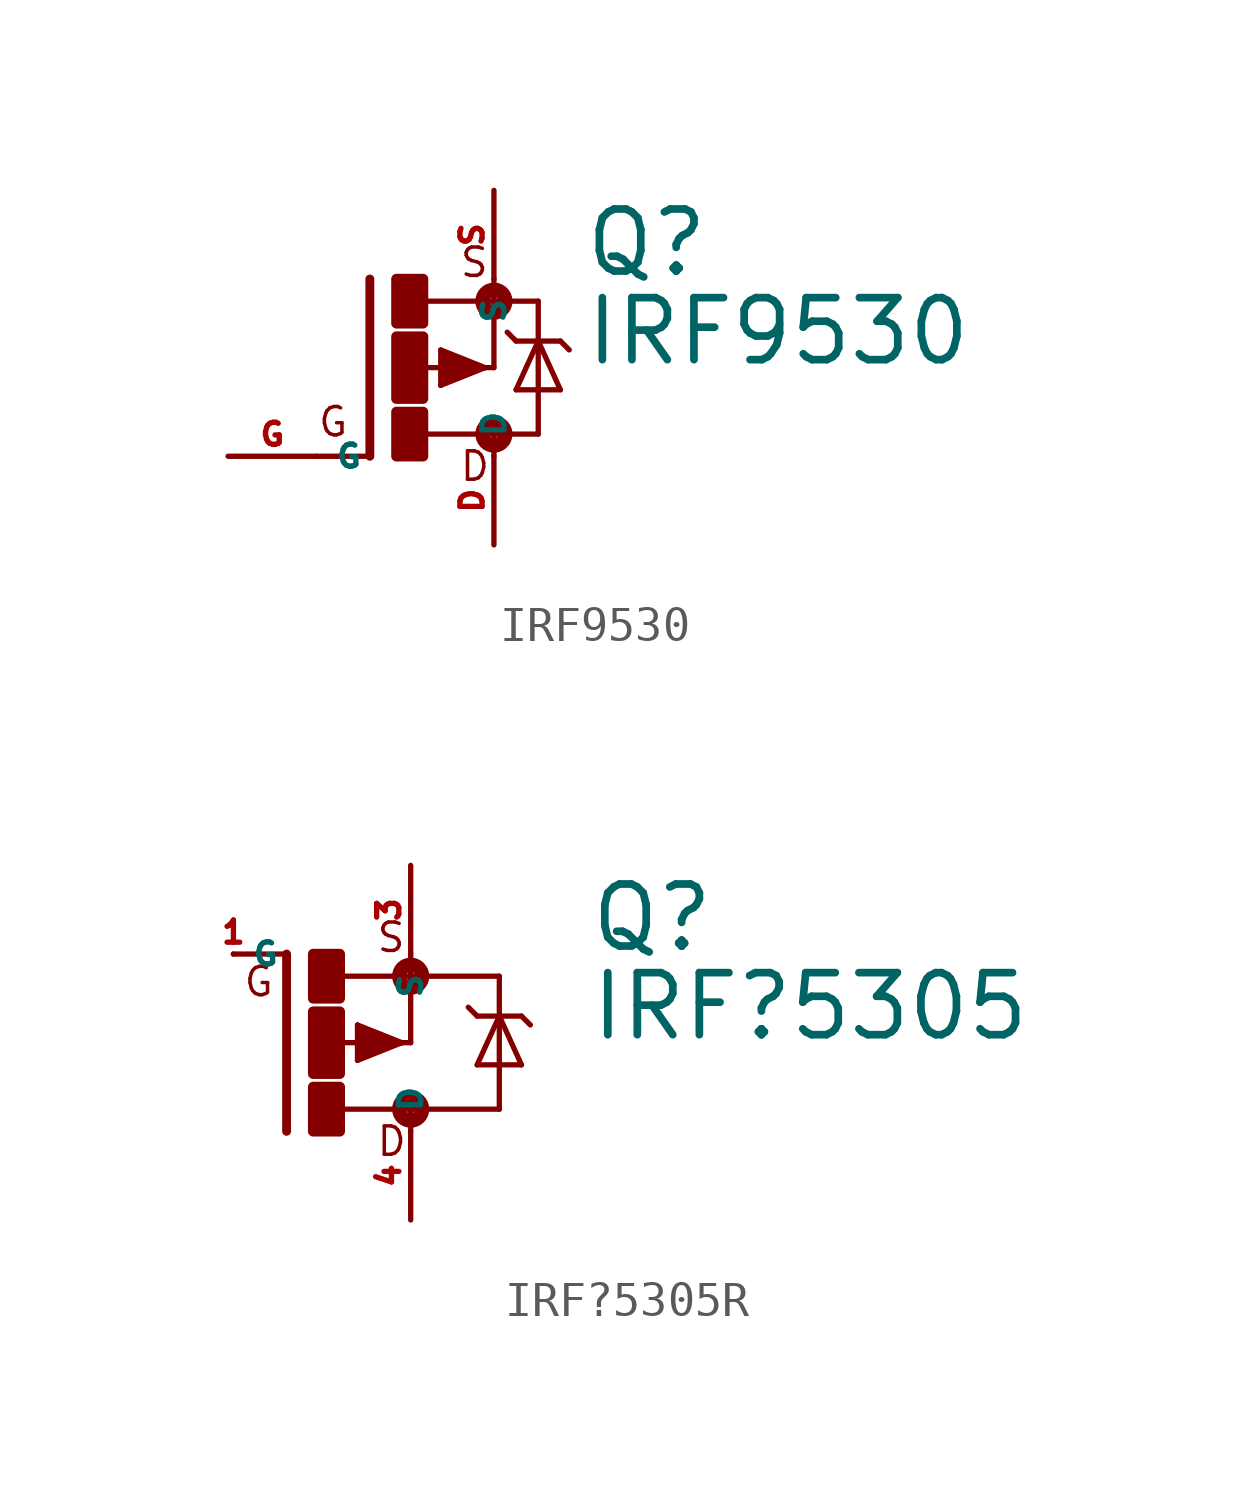
<source format=kicad_sym>
(kicad_symbol_lib
  (version 20220914)
  (generator Eagle2Kicad)
  (symbol "IRF9530"
    (property "Reference" "Q"
      (at 5.08 2.54 0)
      (effects (font (size 1.778 1.778) (thickness 0.22)) (justify left bottom)))
    (property "Value" "IRF9530"
      (at 5.08 0 0)
      (effects (font (size 1.778 1.778) (thickness 0.22)) (justify left bottom)))
    (polyline
      (pts (xy 3.81 1.905) (xy 2.54 1.905))
      (stroke (width 0.152) (type default))
      (fill (type none)))
    (polyline
      (pts (xy 3.81 1.905) (xy 3.81 0.762))
      (stroke (width 0.152) (type default))
      (fill (type none)))
    (polyline
      (pts (xy 3.81 0.762) (xy 3.81 -1.905))
      (stroke (width 0.152) (type default))
      (fill (type none)))
    (polyline
      (pts (xy 3.81 0.762) (xy 4.445 -0.635))
      (stroke (width 0.152) (type default))
      (fill (type none)))
    (polyline
      (pts (xy 4.445 -0.635) (xy 3.175 -0.635))
      (stroke (width 0.152) (type default))
      (fill (type none)))
    (polyline
      (pts (xy 3.175 -0.635) (xy 3.81 0.762))
      (stroke (width 0.152) (type default))
      (fill (type none)))
    (polyline
      (pts (xy 4.445 0.762) (xy 3.81 0.762))
      (stroke (width 0.152) (type default))
      (fill (type none)))
    (polyline
      (pts (xy 3.81 0.762) (xy 3.175 0.762))
      (stroke (width 0.152) (type default))
      (fill (type none)))
    (polyline
      (pts (xy 3.175 0.762) (xy 2.921 1.016))
      (stroke (width 0.152) (type default))
      (fill (type none)))
    (polyline
      (pts (xy 4.445 0.762) (xy 4.699 0.508))
      (stroke (width 0.152) (type default))
      (fill (type none)))
    (polyline
      (pts (xy -1.016 -2.54) (xy -1.016 2.54))
      (stroke (width 0.254) (type default))
      (fill (type none)))
    (polyline
      (pts (xy 3.81 -1.905) (xy 2.54 -1.905))
      (stroke (width 0.152) (type default))
      (fill (type none)))
    (polyline
      (pts (xy 2.54 -1.905) (xy 0.533 -1.905))
      (stroke (width 0.152) (type default))
      (fill (type none)))
    (polyline
      (pts (xy 2.54 -2.54) (xy 2.54 -1.905))
      (stroke (width 0.152) (type default))
      (fill (type none)))
    (polyline
      (pts (xy 2.235 0) (xy 2.286 0))
      (stroke (width 0.152) (type default))
      (fill (type none)))
    (polyline
      (pts (xy 2.286 0) (xy 2.54 0))
      (stroke (width 0.152) (type default))
      (fill (type none)))
    (polyline
      (pts (xy 2.54 2.54) (xy 2.54 1.905))
      (stroke (width 0.152) (type default))
      (fill (type none)))
    (polyline
      (pts (xy 2.54 1.905) (xy 0.508 1.905))
      (stroke (width 0.152) (type default))
      (fill (type none)))
    (polyline
      (pts (xy -1.016 -2.54) (xy -2.54 -2.54))
      (stroke (width 0.152) (type default))
      (fill (type none)))
    (polyline
      (pts (xy 2.286 0) (xy 1.016 -0.508))
      (stroke (width 0.152) (type default))
      (fill (type none)))
    (polyline
      (pts (xy 1.016 -0.508) (xy 1.016 0.508))
      (stroke (width 0.152) (type default))
      (fill (type none)))
    (polyline
      (pts (xy 1.016 0.508) (xy 2.286 0))
      (stroke (width 0.152) (type default))
      (fill (type none)))
    (polyline
      (pts (xy 1.143 0) (xy 0.254 0))
      (stroke (width 0.152) (type default))
      (fill (type none)))
    (polyline
      (pts (xy 1.143 0.254) (xy 2.032 0))
      (stroke (width 0.305) (type default))
      (fill (type none)))
    (polyline
      (pts (xy 2.032 0) (xy 1.143 -0.254))
      (stroke (width 0.305) (type default))
      (fill (type none)))
    (polyline
      (pts (xy 1.143 -0.254) (xy 1.143 0))
      (stroke (width 0.305) (type default))
      (fill (type none)))
    (polyline
      (pts (xy 1.143 0) (xy 1.397 0))
      (stroke (width 0.305) (type default))
      (fill (type none)))
    (polyline
      (pts (xy 2.54 0) (xy 2.54 1.905))
      (stroke (width 0.152) (type default))
      (fill (type none)))
    (text "D"
      (at 1.524 -3.302 0)
      (effects (font (size 0.813 0.813) (thickness 0.10)) (justify left bottom)))
    (text "S"
      (at 1.524 2.54 0)
      (effects (font (size 0.813 0.813) (thickness 0.10)) (justify left bottom)))
    (text "G"
      (at -2.54 -2.032 0)
      (effects (font (size 0.813 0.813) (thickness 0.10)) (justify left bottom)))
    (circle
      (center 2.54 -1.905)
      (radius 0.127)
      (stroke (width 0.406) (type default))
      (fill (type none)))
    (circle
      (center 2.54 1.905)
      (radius 0.127)
      (stroke (width 0.406) (type default))
      (fill (type none)))
    (rectangle
      (start -0.254 1.27)
      (end 0.508 2.54)
      (stroke (width 0.3) (type default))
      (fill (type outline)))
    (rectangle
      (start -0.254 -2.54)
      (end 0.508 -1.27)
      (stroke (width 0.3) (type default))
      (fill (type outline)))
    (rectangle
      (start -0.254 -0.889)
      (end 0.508 0.889)
      (stroke (width 0.3) (type default))
      (fill (type outline)))
    (pin passive line
      (at -5.08 -2.54 0)
      (length 2.54)
      (name "G" (effects (font (size 0.635 0.635) (thickness 0.08)) (justify left bottom)))
      (number "G" (effects (font (size 0.635 0.635) (thickness 0.08)) (justify left bottom))))
    (pin passive line
      (at 2.54 -5.08 90)
      (length 2.54)
      (name "D" (effects (font (size 0.635 0.635) (thickness 0.08)) (justify left bottom)))
      (number "D" (effects (font (size 0.635 0.635) (thickness 0.08)) (justify left bottom))))
    (pin passive line
      (at 2.54 5.08 270)
      (length 2.54)
      (name "S" (effects (font (size 0.635 0.635) (thickness 0.08)) (justify left bottom)))
      (number "S" (effects (font (size 0.635 0.635) (thickness 0.08)) (justify left bottom)))))
  (symbol "IRF?5305R"
    (property "Reference" "Q"
      (at 7.62 2.54 0)
      (effects (font (size 1.778 1.778) (thickness 0.22)) (justify left bottom)))
    (property "Value" "IRF?5305"
      (at 7.62 0 0)
      (effects (font (size 1.778 1.778) (thickness 0.22)) (justify left bottom)))
    (polyline
      (pts (xy -1.016 -2.54) (xy -1.016 2.54))
      (stroke (width 0.254) (type default))
      (fill (type none)))
    (polyline
      (pts (xy -1.016 2.54) (xy -2.54 2.54))
      (stroke (width 0.152) (type default))
      (fill (type none)))
    (polyline
      (pts (xy 2.54 -1.905) (xy 0.533 -1.905))
      (stroke (width 0.152) (type default))
      (fill (type none)))
    (polyline
      (pts (xy 2.54 0) (xy 2.54 1.905))
      (stroke (width 0.152) (type default))
      (fill (type none)))
    (polyline
      (pts (xy 0.508 1.905) (xy 2.54 1.905))
      (stroke (width 0.152) (type default))
      (fill (type none)))
    (polyline
      (pts (xy 2.54 -2.54) (xy 2.54 -1.905))
      (stroke (width 0.152) (type default))
      (fill (type none)))
    (polyline
      (pts (xy 2.54 -1.905) (xy 5.08 -1.905))
      (stroke (width 0.152) (type default))
      (fill (type none)))
    (polyline
      (pts (xy 5.08 1.905) (xy 2.54 1.905))
      (stroke (width 0.152) (type default))
      (fill (type none)))
    (polyline
      (pts (xy 2.54 1.905) (xy 2.54 2.54))
      (stroke (width 0.152) (type default))
      (fill (type none)))
    (polyline
      (pts (xy 2.235 0) (xy 2.286 0))
      (stroke (width 0.152) (type default))
      (fill (type none)))
    (polyline
      (pts (xy 2.286 0) (xy 2.54 0))
      (stroke (width 0.152) (type default))
      (fill (type none)))
    (polyline
      (pts (xy 2.286 0) (xy 1.016 -0.508))
      (stroke (width 0.152) (type default))
      (fill (type none)))
    (polyline
      (pts (xy 1.016 -0.508) (xy 1.016 0.508))
      (stroke (width 0.152) (type default))
      (fill (type none)))
    (polyline
      (pts (xy 1.016 0.508) (xy 2.286 0))
      (stroke (width 0.152) (type default))
      (fill (type none)))
    (polyline
      (pts (xy 1.143 0) (xy 0.254 0))
      (stroke (width 0.152) (type default))
      (fill (type none)))
    (polyline
      (pts (xy 1.143 0.254) (xy 2.032 0))
      (stroke (width 0.305) (type default))
      (fill (type none)))
    (polyline
      (pts (xy 2.032 0) (xy 1.143 -0.254))
      (stroke (width 0.305) (type default))
      (fill (type none)))
    (polyline
      (pts (xy 1.143 -0.254) (xy 1.143 0))
      (stroke (width 0.305) (type default))
      (fill (type none)))
    (polyline
      (pts (xy 1.143 0) (xy 1.397 0))
      (stroke (width 0.305) (type default))
      (fill (type none)))
    (polyline
      (pts (xy 5.08 1.905) (xy 5.08 0.762))
      (stroke (width 0.152) (type default))
      (fill (type none)))
    (polyline
      (pts (xy 5.08 0.762) (xy 5.08 -1.905))
      (stroke (width 0.152) (type default))
      (fill (type none)))
    (polyline
      (pts (xy 5.08 0.762) (xy 5.715 -0.635))
      (stroke (width 0.152) (type default))
      (fill (type none)))
    (polyline
      (pts (xy 5.715 -0.635) (xy 4.445 -0.635))
      (stroke (width 0.152) (type default))
      (fill (type none)))
    (polyline
      (pts (xy 4.445 -0.635) (xy 5.08 0.762))
      (stroke (width 0.152) (type default))
      (fill (type none)))
    (polyline
      (pts (xy 5.715 0.762) (xy 5.08 0.762))
      (stroke (width 0.152) (type default))
      (fill (type none)))
    (polyline
      (pts (xy 5.08 0.762) (xy 4.445 0.762))
      (stroke (width 0.152) (type default))
      (fill (type none)))
    (polyline
      (pts (xy 4.445 0.762) (xy 4.191 1.016))
      (stroke (width 0.152) (type default))
      (fill (type none)))
    (polyline
      (pts (xy 5.715 0.762) (xy 5.969 0.508))
      (stroke (width 0.152) (type default))
      (fill (type none)))
    (text "D"
      (at 1.524 -3.302 0)
      (effects (font (size 0.813 0.813) (thickness 0.10)) (justify left bottom)))
    (text "S"
      (at 1.524 2.54 0)
      (effects (font (size 0.813 0.813) (thickness 0.10)) (justify left bottom)))
    (text "G"
      (at -2.286 1.27 0)
      (effects (font (size 0.813 0.813) (thickness 0.10)) (justify left bottom)))
    (circle
      (center 2.54 1.905)
      (radius 0.127)
      (stroke (width 0.406) (type default))
      (fill (type none)))
    (circle
      (center 2.54 -1.905)
      (radius 0.127)
      (stroke (width 0.406) (type default))
      (fill (type none)))
    (rectangle
      (start -0.254 1.27)
      (end 0.508 2.54)
      (stroke (width 0.3) (type default))
      (fill (type outline)))
    (rectangle
      (start -0.254 -2.54)
      (end 0.508 -1.27)
      (stroke (width 0.3) (type default))
      (fill (type outline)))
    (rectangle
      (start -0.254 -0.889)
      (end 0.508 0.889)
      (stroke (width 0.3) (type default))
      (fill (type outline)))
    (pin passive line
      (at -2.54 2.54 0)
      (length 0)
      (name "G" (effects (font (size 0.635 0.635) (thickness 0.08)) (justify left bottom)))
      (number "1" (effects (font (size 0.635 0.635) (thickness 0.08)) (justify left bottom))))
    (pin passive line
      (at 2.54 -5.08 90)
      (length 2.54)
      (name "D" (effects (font (size 0.635 0.635) (thickness 0.08)) (justify left bottom)))
      (number "4" (effects (font (size 0.635 0.635) (thickness 0.08)) (justify left bottom))))
    (pin passive line
      (at 2.54 5.08 270)
      (length 2.54)
      (name "S" (effects (font (size 0.635 0.635) (thickness 0.08)) (justify left bottom)))
      (number "3" (effects (font (size 0.635 0.635) (thickness 0.08)) (justify left bottom))))))
</source>
